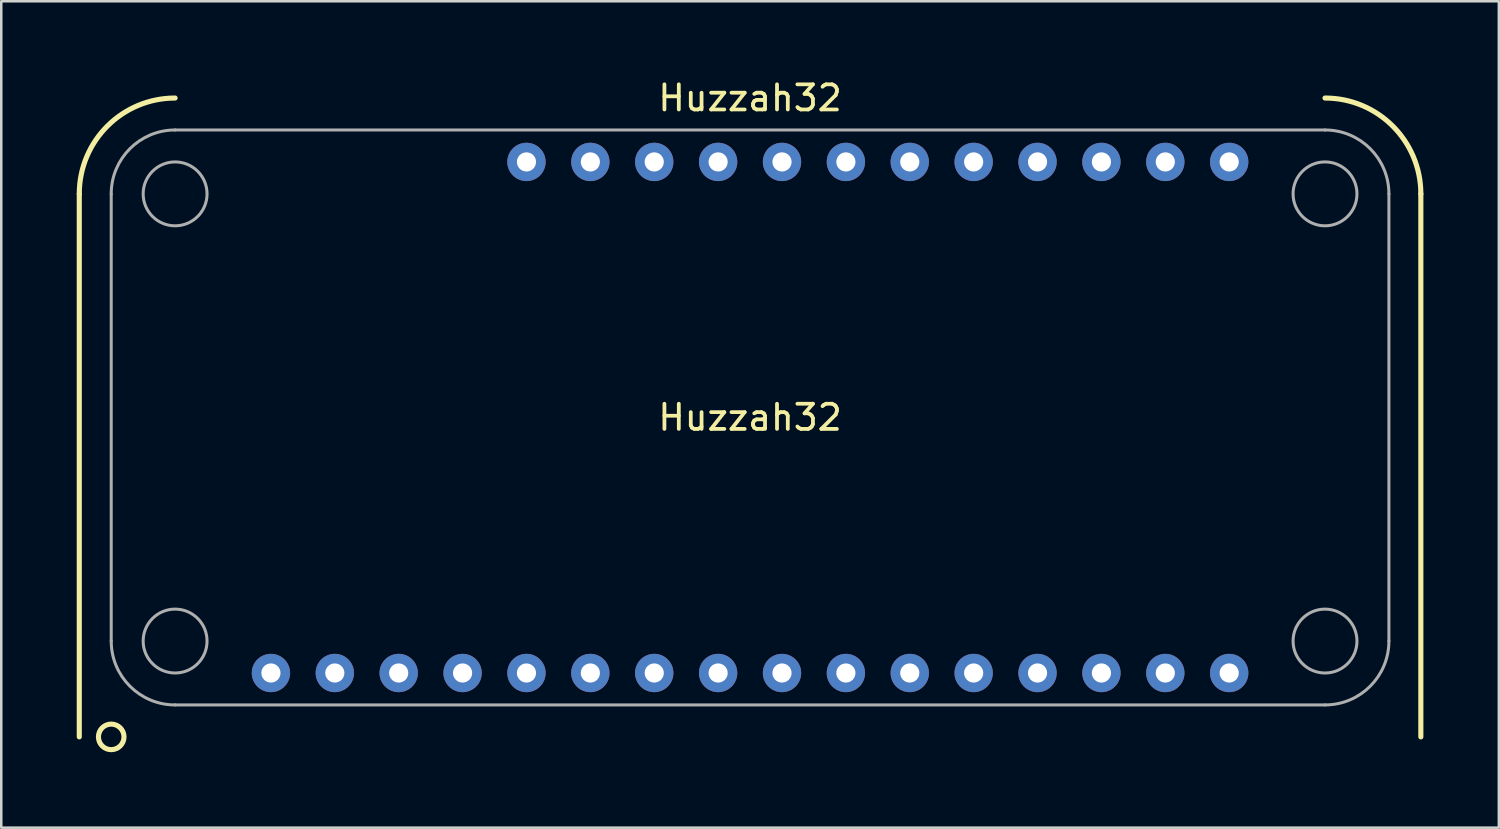
<source format=kicad_pcb>
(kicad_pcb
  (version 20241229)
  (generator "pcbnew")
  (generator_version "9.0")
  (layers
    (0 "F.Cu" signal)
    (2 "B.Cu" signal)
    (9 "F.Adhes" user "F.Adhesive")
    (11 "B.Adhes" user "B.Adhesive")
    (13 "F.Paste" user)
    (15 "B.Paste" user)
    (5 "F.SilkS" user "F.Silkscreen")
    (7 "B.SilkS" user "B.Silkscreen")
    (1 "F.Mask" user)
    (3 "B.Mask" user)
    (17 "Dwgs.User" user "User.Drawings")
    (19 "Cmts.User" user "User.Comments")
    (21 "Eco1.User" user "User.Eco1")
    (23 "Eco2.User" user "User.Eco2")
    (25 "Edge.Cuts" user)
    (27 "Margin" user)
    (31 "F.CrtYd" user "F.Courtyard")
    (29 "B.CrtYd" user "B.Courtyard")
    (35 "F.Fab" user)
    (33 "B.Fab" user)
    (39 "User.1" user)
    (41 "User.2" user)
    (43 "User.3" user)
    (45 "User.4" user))
  (footprint "Huzzah32"
    (layer "F.Cu")
    (at 26.772 13.548)
    (property "Reference" "Huzzah32" (at 0 -12.7 0) (layer "F.SilkS") (effects (font (size 1 1) (thickness 0.15))))
    (attr through_hole)
    (fp_line (start -26.67 -8.89) (end -26.67 12.7) (stroke (width 0.203) (type solid)) (layer "F.SilkS"))
    (fp_line (start 26.67 -8.89) (end 26.67 12.7) (stroke (width 0.203) (type solid)) (layer "F.SilkS"))
    (fp_arc (start -26.67 -8.89) (mid -25.554077 -11.584077) (end -22.86 -12.7) (stroke (width 0.2032) (type solid)) (layer "F.SilkS"))
    (fp_arc (start 22.86 -12.7) (mid 25.554077 -11.584077) (end 26.67 -8.89) (stroke (width 0.2032) (type solid)) (layer "F.SilkS"))
    (fp_circle (center -25.4 12.7) (end -24.892 12.7) (stroke (width 0.203) (type solid)) (fill no) (layer "F.SilkS"))
    (fp_line (start -25.4 8.89) (end -25.4 -8.89) (stroke (width 0.12) (type solid)) (layer "F.Fab"))
    (fp_line (start 22.86 -11.43) (end -22.86 -11.43) (stroke (width 0.12) (type solid)) (layer "F.Fab"))
    (fp_line (start 22.86 11.43) (end -22.86 11.43) (stroke (width 0.12) (type solid)) (layer "F.Fab"))
    (fp_line (start 25.4 -8.89) (end 25.4 8.89) (stroke (width 0.12) (type solid)) (layer "F.Fab"))
    (fp_arc (start -25.4 -8.89) (mid -24.656051 -10.686051) (end -22.86 -11.43) (stroke (width 0.12) (type solid)) (layer "F.Fab"))
    (fp_arc (start -22.86 11.43) (mid -24.656051 10.686051) (end -25.4 8.89) (stroke (width 0.12) (type solid)) (layer "F.Fab"))
    (fp_arc (start 22.86 -11.43) (mid 24.656051 -10.686051) (end 25.4 -8.89) (stroke (width 0.12) (type solid)) (layer "F.Fab"))
    (fp_arc (start 25.4 8.89) (mid 24.656051 10.686051) (end 22.86 11.43) (stroke (width 0.12) (type solid)) (layer "F.Fab"))
    (fp_circle (center -22.86 -8.89) (end -21.59 -8.89) (stroke (width 0.12) (type solid)) (fill no) (layer "F.Fab"))
    (fp_circle (center -22.86 8.89) (end -21.59 8.89) (stroke (width 0.12) (type solid)) (fill no) (layer "F.Fab"))
    (fp_circle (center 22.86 -8.89) (end 24.13 -8.89) (stroke (width 0.12) (type solid)) (fill no) (layer "F.Fab"))
    (fp_circle (center 22.86 8.89) (end 24.13 8.89) (stroke (width 0.12) (type solid)) (fill no) (layer "F.Fab"))
    (fp_text user "Huzzah32" (at 0 0 0) (layer "F.SilkS") (effects (font (size 1 1) (thickness 0.15))))
    (pad "1" thru_hole circle (at -8.89 -10.16) (size 1.524 1.524) (drill 0.762) (layers "*.Cu" "*.Mask"))
    (pad "2" thru_hole circle (at -6.35 -10.16) (size 1.524 1.524) (drill 0.762) (layers "*.Cu" "*.Mask"))
    (pad "3" thru_hole circle (at -3.81 -10.16) (size 1.524 1.524) (drill 0.762) (layers "*.Cu" "*.Mask"))
    (pad "4" thru_hole circle (at -1.27 -10.16) (size 1.524 1.524) (drill 0.762) (layers "*.Cu" "*.Mask"))
    (pad "5" thru_hole circle (at 1.27 -10.16) (size 1.524 1.524) (drill 0.762) (layers "*.Cu" "*.Mask"))
    (pad "6" thru_hole circle (at 3.81 -10.16) (size 1.524 1.524) (drill 0.762) (layers "*.Cu" "*.Mask"))
    (pad "7" thru_hole circle (at 6.35 -10.16) (size 1.524 1.524) (drill 0.762) (layers "*.Cu" "*.Mask"))
    (pad "8" thru_hole circle (at 8.89 -10.16) (size 1.524 1.524) (drill 0.762) (layers "*.Cu" "*.Mask"))
    (pad "9" thru_hole circle (at 11.43 -10.16) (size 1.524 1.524) (drill 0.762) (layers "*.Cu" "*.Mask"))
    (pad "10" thru_hole circle (at 13.97 -10.16) (size 1.524 1.524) (drill 0.762) (layers "*.Cu" "*.Mask"))
    (pad "11" thru_hole circle (at 16.51 -10.16) (size 1.524 1.524) (drill 0.762) (layers "*.Cu" "*.Mask"))
    (pad "12" thru_hole circle (at 19.05 -10.16) (size 1.524 1.524) (drill 0.762) (layers "*.Cu" "*.Mask"))
    (pad "13" thru_hole circle (at -19.05 10.16) (size 1.524 1.524) (drill 0.762) (layers "*.Cu" "*.Mask"))
    (pad "14" thru_hole circle (at -16.51 10.16) (size 1.524 1.524) (drill 0.762) (layers "*.Cu" "*.Mask"))
    (pad "15" thru_hole circle (at -13.97 10.16) (size 1.524 1.524) (drill 0.762) (layers "*.Cu" "*.Mask"))
    (pad "16" thru_hole circle (at -11.43 10.16) (size 1.524 1.524) (drill 0.762) (layers "*.Cu" "*.Mask"))
    (pad "17" thru_hole circle (at -8.89 10.16) (size 1.524 1.524) (drill 0.762) (layers "*.Cu" "*.Mask"))
    (pad "18" thru_hole circle (at -6.35 10.16) (size 1.524 1.524) (drill 0.762) (layers "*.Cu" "*.Mask"))
    (pad "19" thru_hole circle (at -3.81 10.16) (size 1.524 1.524) (drill 0.762) (layers "*.Cu" "*.Mask"))
    (pad "20" thru_hole circle (at -1.27 10.16) (size 1.524 1.524) (drill 0.762) (layers "*.Cu" "*.Mask"))
    (pad "21" thru_hole circle (at 1.27 10.16) (size 1.524 1.524) (drill 0.762) (layers "*.Cu" "*.Mask"))
    (pad "22" thru_hole circle (at 3.81 10.16) (size 1.524 1.524) (drill 0.762) (layers "*.Cu" "*.Mask"))
    (pad "23" thru_hole circle (at 6.35 10.16) (size 1.524 1.524) (drill 0.762) (layers "*.Cu" "*.Mask"))
    (pad "24" thru_hole circle (at 8.89 10.16) (size 1.524 1.524) (drill 0.762) (layers "*.Cu" "*.Mask"))
    (pad "25" thru_hole circle (at 11.43 10.16) (size 1.524 1.524) (drill 0.762) (layers "*.Cu" "*.Mask"))
    (pad "26" thru_hole circle (at 13.97 10.16) (size 1.524 1.524) (drill 0.762) (layers "*.Cu" "*.Mask"))
    (pad "27" thru_hole circle (at 16.51 10.16) (size 1.524 1.524) (drill 0.762) (layers "*.Cu" "*.Mask"))
    (pad "28" thru_hole circle (at 19.05 10.16) (size 1.524 1.524) (drill 0.762) (layers "*.Cu" "*.Mask")))
  (gr_rect
    (start -3 -3)
    (end 56.543 29.858)
    (stroke (width 0.1) (type default))
    (fill no)
    (layer "Edge.Cuts")))
</source>
